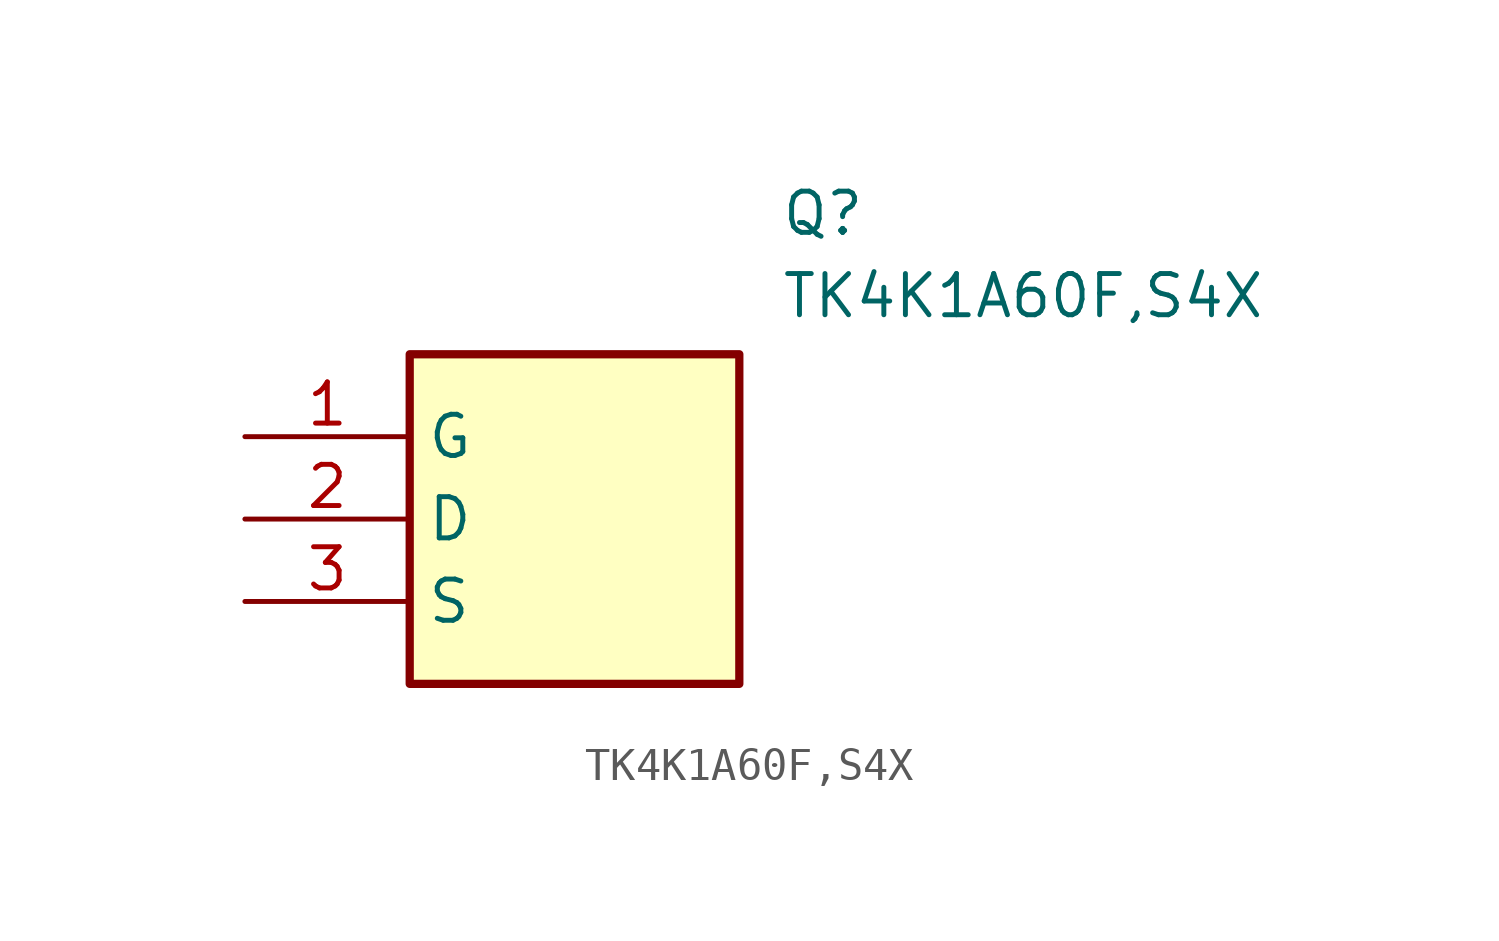
<source format=kicad_sym>
(kicad_symbol_lib
  (version 20211014)
  (generator SamacSys_ECAD_Model)
  (symbol "TK4K1A60F,S4X"
    (property "Reference" "Q"
      (at 16.51 7.62 0)
      (effects (font (size 1.27 1.27)) (justify left top)))
    (property "Value" "TK4K1A60F,S4X"
      (at 16.51 5.08 0)
      (effects (font (size 1.27 1.27)) (justify left top)))
    (rectangle
      (start 5.08 2.54)
      (end 15.24 -7.62)
      (stroke (width 0.254) (type default))
      (fill (type background)))
    (pin passive line
      (at 0 0 0)
      (length 5.08)
      (name "G" (effects (font (size 1.27 1.27))))
      (number "1" (effects (font (size 1.27 1.27)))))
    (pin passive line
      (at 0 -2.54 0)
      (length 5.08)
      (name "D" (effects (font (size 1.27 1.27))))
      (number "2" (effects (font (size 1.27 1.27)))))
    (pin passive line
      (at 0 -5.08 0)
      (length 5.08)
      (name "S" (effects (font (size 1.27 1.27))))
      (number "3" (effects (font (size 1.27 1.27)))))))
</source>
